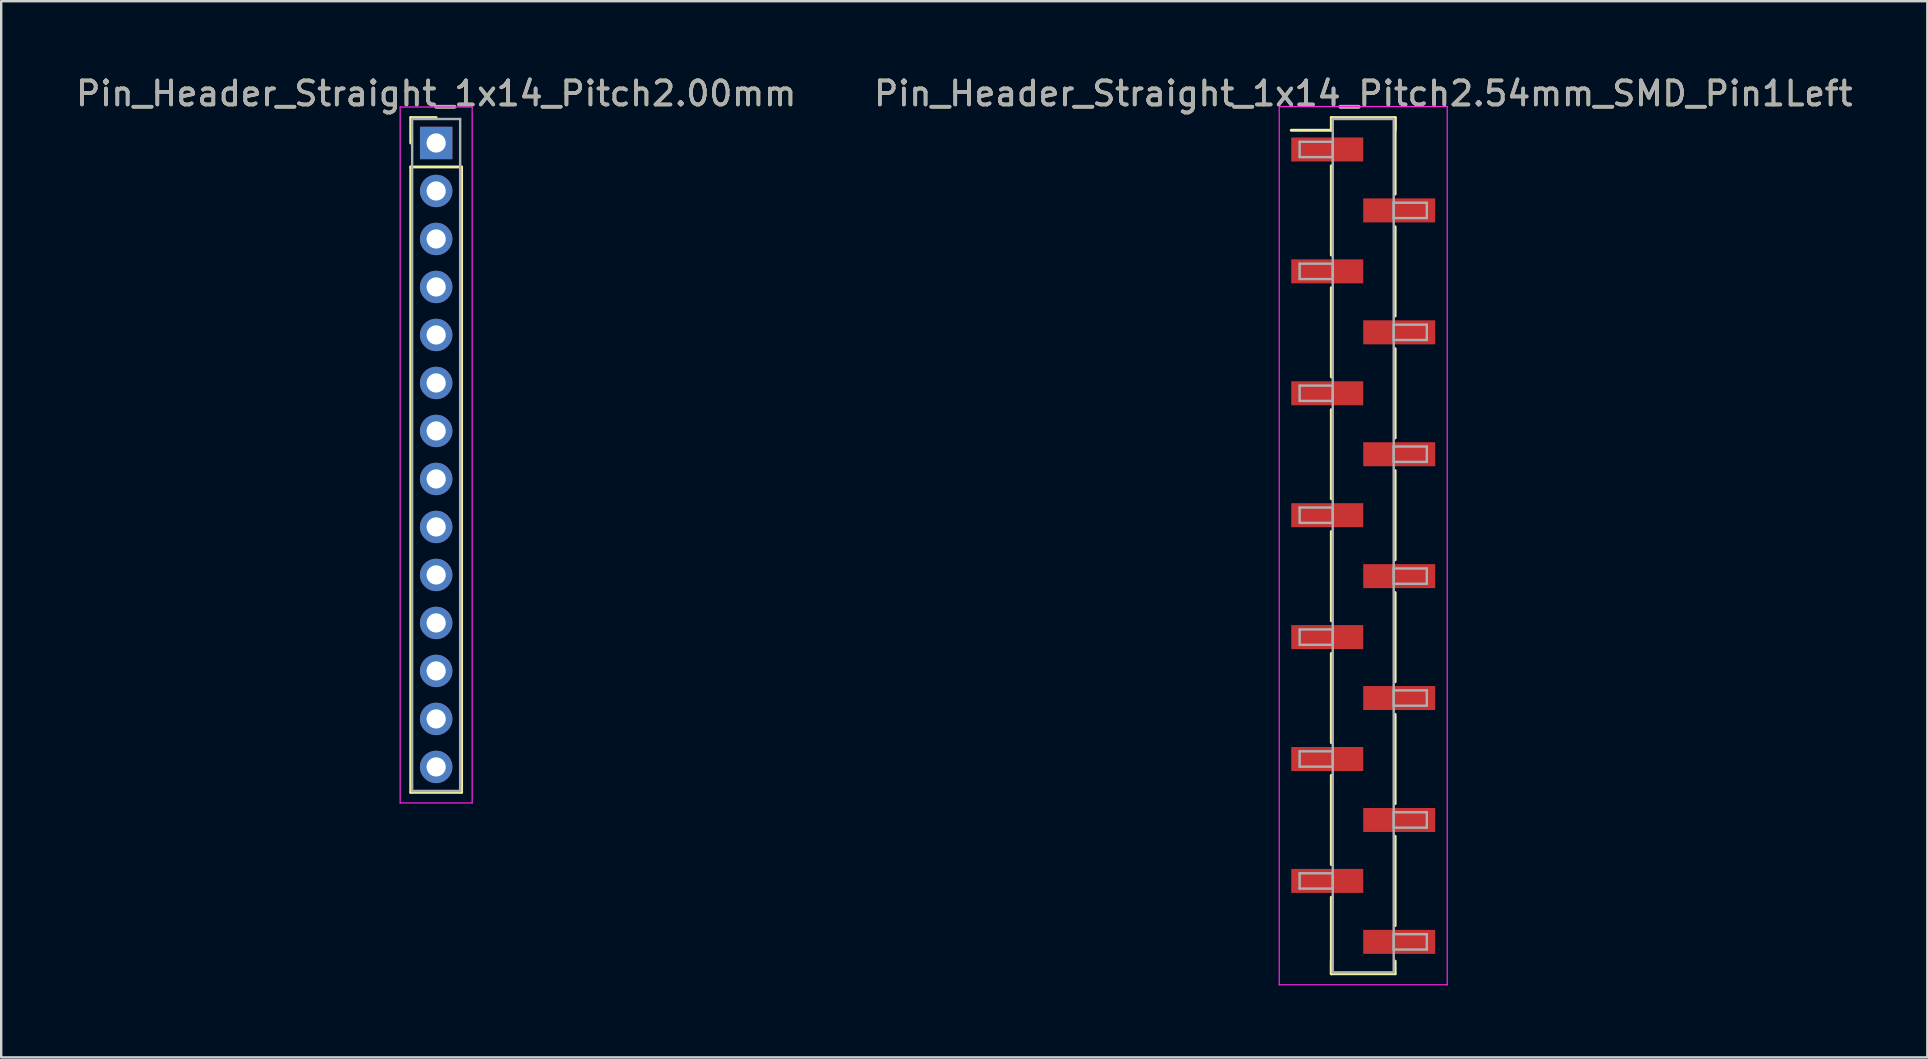
<source format=kicad_pcb>
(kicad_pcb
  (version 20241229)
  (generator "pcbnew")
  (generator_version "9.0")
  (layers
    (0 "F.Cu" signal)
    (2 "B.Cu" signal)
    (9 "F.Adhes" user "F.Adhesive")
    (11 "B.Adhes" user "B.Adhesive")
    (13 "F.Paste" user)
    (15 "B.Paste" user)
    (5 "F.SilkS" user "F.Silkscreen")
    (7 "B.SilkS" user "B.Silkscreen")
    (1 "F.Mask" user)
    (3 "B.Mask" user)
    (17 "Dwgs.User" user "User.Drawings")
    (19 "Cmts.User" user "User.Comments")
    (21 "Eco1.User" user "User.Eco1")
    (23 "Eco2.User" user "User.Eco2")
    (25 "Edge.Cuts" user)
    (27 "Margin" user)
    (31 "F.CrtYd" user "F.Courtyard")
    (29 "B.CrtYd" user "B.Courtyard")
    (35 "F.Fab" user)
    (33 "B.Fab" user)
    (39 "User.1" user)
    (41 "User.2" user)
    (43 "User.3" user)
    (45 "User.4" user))
  (footprint "Pin_Header_Straight_1x14_Pitch2.54mm_SMD_Pin1Left"
    (layer "F.Cu")
    (at 53.756 19.688)
    (property "Reference" "Pin_Header_Straight_1x14_Pitch2.54mm_SMD_Pin1Left" (at 0 -18.84 0) (layer "F.SilkS") (effects (font (size 1 1) (thickness 0.15))))
    (attr smd)
    (fp_line (start -1.33 -17.84) (end 1.33 -17.84) (stroke (width 0.12) (type solid)) (layer "F.SilkS"))
    (fp_line (start -1.33 -17.31) (end -3 -17.31) (stroke (width 0.12) (type solid)) (layer "F.SilkS"))
    (fp_line (start -1.33 -17.31) (end -1.33 -17.84) (stroke (width 0.12) (type solid)) (layer "F.SilkS"))
    (fp_line (start -1.33 -15.83) (end -1.33 -12.11) (stroke (width 0.12) (type solid)) (layer "F.SilkS"))
    (fp_line (start -1.33 -10.75) (end -1.33 -7.03) (stroke (width 0.12) (type solid)) (layer "F.SilkS"))
    (fp_line (start -1.33 -5.67) (end -1.33 -1.95) (stroke (width 0.12) (type solid)) (layer "F.SilkS"))
    (fp_line (start -1.33 -0.59) (end -1.33 3.13) (stroke (width 0.12) (type solid)) (layer "F.SilkS"))
    (fp_line (start -1.33 4.49) (end -1.33 8.21) (stroke (width 0.12) (type solid)) (layer "F.SilkS"))
    (fp_line (start -1.33 9.57) (end -1.33 13.29) (stroke (width 0.12) (type solid)) (layer "F.SilkS"))
    (fp_line (start -1.33 14.65) (end -1.33 17.84) (stroke (width 0.12) (type solid)) (layer "F.SilkS"))
    (fp_line (start -1.33 17.31) (end -1.33 17.84) (stroke (width 0.12) (type solid)) (layer "F.SilkS"))
    (fp_line (start -1.33 17.84) (end 1.33 17.84) (stroke (width 0.12) (type solid)) (layer "F.SilkS"))
    (fp_line (start 1.33 -17.84) (end 1.33 -17.31) (stroke (width 0.12) (type solid)) (layer "F.SilkS"))
    (fp_line (start 1.33 -17.84) (end 1.33 -14.65) (stroke (width 0.12) (type solid)) (layer "F.SilkS"))
    (fp_line (start 1.33 -13.29) (end 1.33 -9.57) (stroke (width 0.12) (type solid)) (layer "F.SilkS"))
    (fp_line (start 1.33 -8.21) (end 1.33 -4.49) (stroke (width 0.12) (type solid)) (layer "F.SilkS"))
    (fp_line (start 1.33 -3.13) (end 1.33 0.59) (stroke (width 0.12) (type solid)) (layer "F.SilkS"))
    (fp_line (start 1.33 1.95) (end 1.33 5.67) (stroke (width 0.12) (type solid)) (layer "F.SilkS"))
    (fp_line (start 1.33 7.03) (end 1.33 10.75) (stroke (width 0.12) (type solid)) (layer "F.SilkS"))
    (fp_line (start 1.33 12.11) (end 1.33 15.83) (stroke (width 0.12) (type solid)) (layer "F.SilkS"))
    (fp_line (start 1.33 17.84) (end 1.33 17.31) (stroke (width 0.12) (type solid)) (layer "F.SilkS"))
    (fp_line (start -3.5 -18.3) (end -3.5 18.3) (stroke (width 0.05) (type solid)) (layer "F.CrtYd"))
    (fp_line (start -3.5 18.3) (end 3.5 18.3) (stroke (width 0.05) (type solid)) (layer "F.CrtYd"))
    (fp_line (start 3.5 -18.3) (end -3.5 -18.3) (stroke (width 0.05) (type solid)) (layer "F.CrtYd"))
    (fp_line (start 3.5 18.3) (end 3.5 -18.3) (stroke (width 0.05) (type solid)) (layer "F.CrtYd"))
    (fp_line (start -2.65 -16.83) (end -1.27 -16.83) (stroke (width 0.1) (type solid)) (layer "F.Fab"))
    (fp_line (start -2.65 -16.19) (end -2.65 -16.83) (stroke (width 0.1) (type solid)) (layer "F.Fab"))
    (fp_line (start -2.65 -11.75) (end -1.27 -11.75) (stroke (width 0.1) (type solid)) (layer "F.Fab"))
    (fp_line (start -2.65 -11.11) (end -2.65 -11.75) (stroke (width 0.1) (type solid)) (layer "F.Fab"))
    (fp_line (start -2.65 -6.67) (end -1.27 -6.67) (stroke (width 0.1) (type solid)) (layer "F.Fab"))
    (fp_line (start -2.65 -6.03) (end -2.65 -6.67) (stroke (width 0.1) (type solid)) (layer "F.Fab"))
    (fp_line (start -2.65 -1.59) (end -1.27 -1.59) (stroke (width 0.1) (type solid)) (layer "F.Fab"))
    (fp_line (start -2.65 -0.95) (end -2.65 -1.59) (stroke (width 0.1) (type solid)) (layer "F.Fab"))
    (fp_line (start -2.65 3.49) (end -1.27 3.49) (stroke (width 0.1) (type solid)) (layer "F.Fab"))
    (fp_line (start -2.65 4.13) (end -2.65 3.49) (stroke (width 0.1) (type solid)) (layer "F.Fab"))
    (fp_line (start -2.65 8.57) (end -1.27 8.57) (stroke (width 0.1) (type solid)) (layer "F.Fab"))
    (fp_line (start -2.65 9.21) (end -2.65 8.57) (stroke (width 0.1) (type solid)) (layer "F.Fab"))
    (fp_line (start -2.65 13.65) (end -1.27 13.65) (stroke (width 0.1) (type solid)) (layer "F.Fab"))
    (fp_line (start -2.65 14.29) (end -2.65 13.65) (stroke (width 0.1) (type solid)) (layer "F.Fab"))
    (fp_line (start -1.27 -17.78) (end -1.27 17.78) (stroke (width 0.1) (type solid)) (layer "F.Fab"))
    (fp_line (start -1.27 -16.83) (end -1.27 -16.19) (stroke (width 0.1) (type solid)) (layer "F.Fab"))
    (fp_line (start -1.27 -16.19) (end -2.65 -16.19) (stroke (width 0.1) (type solid)) (layer "F.Fab"))
    (fp_line (start -1.27 -11.75) (end -1.27 -11.11) (stroke (width 0.1) (type solid)) (layer "F.Fab"))
    (fp_line (start -1.27 -11.11) (end -2.65 -11.11) (stroke (width 0.1) (type solid)) (layer "F.Fab"))
    (fp_line (start -1.27 -6.67) (end -1.27 -6.03) (stroke (width 0.1) (type solid)) (layer "F.Fab"))
    (fp_line (start -1.27 -6.03) (end -2.65 -6.03) (stroke (width 0.1) (type solid)) (layer "F.Fab"))
    (fp_line (start -1.27 -1.59) (end -1.27 -0.95) (stroke (width 0.1) (type solid)) (layer "F.Fab"))
    (fp_line (start -1.27 -0.95) (end -2.65 -0.95) (stroke (width 0.1) (type solid)) (layer "F.Fab"))
    (fp_line (start -1.27 3.49) (end -1.27 4.13) (stroke (width 0.1) (type solid)) (layer "F.Fab"))
    (fp_line (start -1.27 4.13) (end -2.65 4.13) (stroke (width 0.1) (type solid)) (layer "F.Fab"))
    (fp_line (start -1.27 8.57) (end -1.27 9.21) (stroke (width 0.1) (type solid)) (layer "F.Fab"))
    (fp_line (start -1.27 9.21) (end -2.65 9.21) (stroke (width 0.1) (type solid)) (layer "F.Fab"))
    (fp_line (start -1.27 13.65) (end -1.27 14.29) (stroke (width 0.1) (type solid)) (layer "F.Fab"))
    (fp_line (start -1.27 14.29) (end -2.65 14.29) (stroke (width 0.1) (type solid)) (layer "F.Fab"))
    (fp_line (start -1.27 17.78) (end 1.27 17.78) (stroke (width 0.1) (type solid)) (layer "F.Fab"))
    (fp_line (start 1.27 -17.78) (end -1.27 -17.78) (stroke (width 0.1) (type solid)) (layer "F.Fab"))
    (fp_line (start 1.27 -14.29) (end 1.27 -13.65) (stroke (width 0.1) (type solid)) (layer "F.Fab"))
    (fp_line (start 1.27 -13.65) (end 2.65 -13.65) (stroke (width 0.1) (type solid)) (layer "F.Fab"))
    (fp_line (start 1.27 -9.21) (end 1.27 -8.57) (stroke (width 0.1) (type solid)) (layer "F.Fab"))
    (fp_line (start 1.27 -8.57) (end 2.65 -8.57) (stroke (width 0.1) (type solid)) (layer "F.Fab"))
    (fp_line (start 1.27 -4.13) (end 1.27 -3.49) (stroke (width 0.1) (type solid)) (layer "F.Fab"))
    (fp_line (start 1.27 -3.49) (end 2.65 -3.49) (stroke (width 0.1) (type solid)) (layer "F.Fab"))
    (fp_line (start 1.27 0.95) (end 1.27 1.59) (stroke (width 0.1) (type solid)) (layer "F.Fab"))
    (fp_line (start 1.27 1.59) (end 2.65 1.59) (stroke (width 0.1) (type solid)) (layer "F.Fab"))
    (fp_line (start 1.27 6.03) (end 1.27 6.67) (stroke (width 0.1) (type solid)) (layer "F.Fab"))
    (fp_line (start 1.27 6.67) (end 2.65 6.67) (stroke (width 0.1) (type solid)) (layer "F.Fab"))
    (fp_line (start 1.27 11.11) (end 1.27 11.75) (stroke (width 0.1) (type solid)) (layer "F.Fab"))
    (fp_line (start 1.27 11.75) (end 2.65 11.75) (stroke (width 0.1) (type solid)) (layer "F.Fab"))
    (fp_line (start 1.27 16.19) (end 1.27 16.83) (stroke (width 0.1) (type solid)) (layer "F.Fab"))
    (fp_line (start 1.27 16.83) (end 2.65 16.83) (stroke (width 0.1) (type solid)) (layer "F.Fab"))
    (fp_line (start 1.27 17.78) (end 1.27 -17.78) (stroke (width 0.1) (type solid)) (layer "F.Fab"))
    (fp_line (start 2.65 -14.29) (end 1.27 -14.29) (stroke (width 0.1) (type solid)) (layer "F.Fab"))
    (fp_line (start 2.65 -13.65) (end 2.65 -14.29) (stroke (width 0.1) (type solid)) (layer "F.Fab"))
    (fp_line (start 2.65 -9.21) (end 1.27 -9.21) (stroke (width 0.1) (type solid)) (layer "F.Fab"))
    (fp_line (start 2.65 -8.57) (end 2.65 -9.21) (stroke (width 0.1) (type solid)) (layer "F.Fab"))
    (fp_line (start 2.65 -4.13) (end 1.27 -4.13) (stroke (width 0.1) (type solid)) (layer "F.Fab"))
    (fp_line (start 2.65 -3.49) (end 2.65 -4.13) (stroke (width 0.1) (type solid)) (layer "F.Fab"))
    (fp_line (start 2.65 0.95) (end 1.27 0.95) (stroke (width 0.1) (type solid)) (layer "F.Fab"))
    (fp_line (start 2.65 1.59) (end 2.65 0.95) (stroke (width 0.1) (type solid)) (layer "F.Fab"))
    (fp_line (start 2.65 6.03) (end 1.27 6.03) (stroke (width 0.1) (type solid)) (layer "F.Fab"))
    (fp_line (start 2.65 6.67) (end 2.65 6.03) (stroke (width 0.1) (type solid)) (layer "F.Fab"))
    (fp_line (start 2.65 11.11) (end 1.27 11.11) (stroke (width 0.1) (type solid)) (layer "F.Fab"))
    (fp_line (start 2.65 11.75) (end 2.65 11.11) (stroke (width 0.1) (type solid)) (layer "F.Fab"))
    (fp_line (start 2.65 16.19) (end 1.27 16.19) (stroke (width 0.1) (type solid)) (layer "F.Fab"))
    (fp_line (start 2.65 16.83) (end 2.65 16.19) (stroke (width 0.1) (type solid)) (layer "F.Fab"))
    (fp_text user "${REFERENCE}" (at 0 -18.84 0) (layer "F.Fab") (effects (font (size 1 1) (thickness 0.15))))
    (pad "1" smd rect (at -1.5 -16.51) (size 3 1) (layers "F.Cu" "F.Mask" "F.Paste"))
    (pad "2" smd rect (at 1.5 -13.97) (size 3 1) (layers "F.Cu" "F.Mask" "F.Paste"))
    (pad "3" smd rect (at -1.5 -11.43) (size 3 1) (layers "F.Cu" "F.Mask" "F.Paste"))
    (pad "4" smd rect (at 1.5 -8.89) (size 3 1) (layers "F.Cu" "F.Mask" "F.Paste"))
    (pad "5" smd rect (at -1.5 -6.35) (size 3 1) (layers "F.Cu" "F.Mask" "F.Paste"))
    (pad "6" smd rect (at 1.5 -3.81) (size 3 1) (layers "F.Cu" "F.Mask" "F.Paste"))
    (pad "7" smd rect (at -1.5 -1.27) (size 3 1) (layers "F.Cu" "F.Mask" "F.Paste"))
    (pad "8" smd rect (at 1.5 1.27) (size 3 1) (layers "F.Cu" "F.Mask" "F.Paste"))
    (pad "9" smd rect (at -1.5 3.81) (size 3 1) (layers "F.Cu" "F.Mask" "F.Paste"))
    (pad "10" smd rect (at 1.5 6.35) (size 3 1) (layers "F.Cu" "F.Mask" "F.Paste"))
    (pad "11" smd rect (at -1.5 8.89) (size 3 1) (layers "F.Cu" "F.Mask" "F.Paste"))
    (pad "12" smd rect (at 1.5 11.43) (size 3 1) (layers "F.Cu" "F.Mask" "F.Paste"))
    (pad "13" smd rect (at -1.5 13.97) (size 3 1) (layers "F.Cu" "F.Mask" "F.Paste"))
    (pad "14" smd rect (at 1.5 16.51) (size 3 1) (layers "F.Cu" "F.Mask" "F.Paste")))
  (footprint "Pin_Header_Straight_1x14_Pitch2.00mm"
    (layer "F.Cu")
    (at 15.125 2.908)
    (property "Reference" "Pin_Header_Straight_1x14_Pitch2.00mm" (at 0 -2.06 0) (layer "F.SilkS") (effects (font (size 1 1) (thickness 0.15))))
    (attr through_hole)
    (fp_line (start -1.06 -1.06) (end 0 -1.06) (stroke (width 0.12) (type solid)) (layer "F.SilkS"))
    (fp_line (start -1.06 0) (end -1.06 -1.06) (stroke (width 0.12) (type solid)) (layer "F.SilkS"))
    (fp_line (start -1.06 1) (end -1.06 27.06) (stroke (width 0.12) (type solid)) (layer "F.SilkS"))
    (fp_line (start -1.06 27.06) (end 1.06 27.06) (stroke (width 0.12) (type solid)) (layer "F.SilkS"))
    (fp_line (start 1.06 1) (end -1.06 1) (stroke (width 0.12) (type solid)) (layer "F.SilkS"))
    (fp_line (start 1.06 27.06) (end 1.06 1) (stroke (width 0.12) (type solid)) (layer "F.SilkS"))
    (fp_line (start -1.5 -1.5) (end -1.5 27.5) (stroke (width 0.05) (type solid)) (layer "F.CrtYd"))
    (fp_line (start -1.5 27.5) (end 1.5 27.5) (stroke (width 0.05) (type solid)) (layer "F.CrtYd"))
    (fp_line (start 1.5 -1.5) (end -1.5 -1.5) (stroke (width 0.05) (type solid)) (layer "F.CrtYd"))
    (fp_line (start 1.5 27.5) (end 1.5 -1.5) (stroke (width 0.05) (type solid)) (layer "F.CrtYd"))
    (fp_line (start -1 -1) (end -1 27) (stroke (width 0.1) (type solid)) (layer "F.Fab"))
    (fp_line (start -1 27) (end 1 27) (stroke (width 0.1) (type solid)) (layer "F.Fab"))
    (fp_line (start 1 -1) (end -1 -1) (stroke (width 0.1) (type solid)) (layer "F.Fab"))
    (fp_line (start 1 27) (end 1 -1) (stroke (width 0.1) (type solid)) (layer "F.Fab"))
    (fp_text user "${REFERENCE}" (at 0 -2.06 0) (layer "F.Fab") (effects (font (size 1 1) (thickness 0.15))))
    (pad "1" thru_hole rect (at 0 0) (size 1.35 1.35) (drill 0.8) (layers "*.Cu" "*.Mask"))
    (pad "2" thru_hole oval (at 0 2) (size 1.35 1.35) (drill 0.8) (layers "*.Cu" "*.Mask"))
    (pad "3" thru_hole oval (at 0 4) (size 1.35 1.35) (drill 0.8) (layers "*.Cu" "*.Mask"))
    (pad "4" thru_hole oval (at 0 6) (size 1.35 1.35) (drill 0.8) (layers "*.Cu" "*.Mask"))
    (pad "5" thru_hole oval (at 0 8) (size 1.35 1.35) (drill 0.8) (layers "*.Cu" "*.Mask"))
    (pad "6" thru_hole oval (at 0 10) (size 1.35 1.35) (drill 0.8) (layers "*.Cu" "*.Mask"))
    (pad "7" thru_hole oval (at 0 12) (size 1.35 1.35) (drill 0.8) (layers "*.Cu" "*.Mask"))
    (pad "8" thru_hole oval (at 0 14) (size 1.35 1.35) (drill 0.8) (layers "*.Cu" "*.Mask"))
    (pad "9" thru_hole oval (at 0 16) (size 1.35 1.35) (drill 0.8) (layers "*.Cu" "*.Mask"))
    (pad "10" thru_hole oval (at 0 18) (size 1.35 1.35) (drill 0.8) (layers "*.Cu" "*.Mask"))
    (pad "11" thru_hole oval (at 0 20) (size 1.35 1.35) (drill 0.8) (layers "*.Cu" "*.Mask"))
    (pad "12" thru_hole oval (at 0 22) (size 1.35 1.35) (drill 0.8) (layers "*.Cu" "*.Mask"))
    (pad "13" thru_hole oval (at 0 24) (size 1.35 1.35) (drill 0.8) (layers "*.Cu" "*.Mask"))
    (pad "14" thru_hole oval (at 0 26) (size 1.35 1.35) (drill 0.8) (layers "*.Cu" "*.Mask")))
  (gr_rect
    (start -3 -3)
    (end 77.262 41.013)
    (stroke (width 0.1) (type default))
    (fill no)
    (layer "Edge.Cuts")))
</source>
